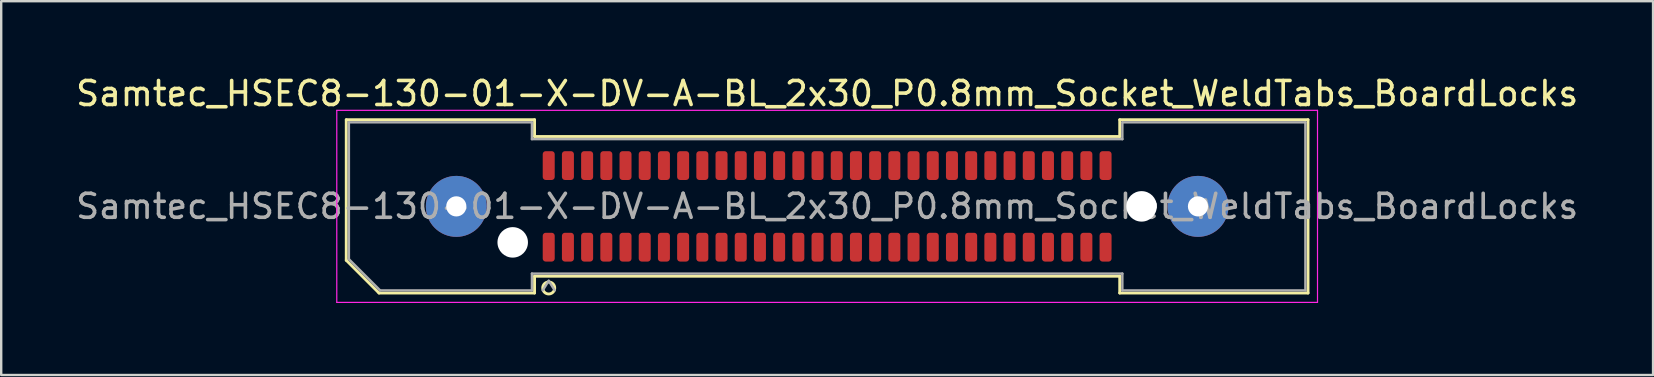
<source format=kicad_pcb>
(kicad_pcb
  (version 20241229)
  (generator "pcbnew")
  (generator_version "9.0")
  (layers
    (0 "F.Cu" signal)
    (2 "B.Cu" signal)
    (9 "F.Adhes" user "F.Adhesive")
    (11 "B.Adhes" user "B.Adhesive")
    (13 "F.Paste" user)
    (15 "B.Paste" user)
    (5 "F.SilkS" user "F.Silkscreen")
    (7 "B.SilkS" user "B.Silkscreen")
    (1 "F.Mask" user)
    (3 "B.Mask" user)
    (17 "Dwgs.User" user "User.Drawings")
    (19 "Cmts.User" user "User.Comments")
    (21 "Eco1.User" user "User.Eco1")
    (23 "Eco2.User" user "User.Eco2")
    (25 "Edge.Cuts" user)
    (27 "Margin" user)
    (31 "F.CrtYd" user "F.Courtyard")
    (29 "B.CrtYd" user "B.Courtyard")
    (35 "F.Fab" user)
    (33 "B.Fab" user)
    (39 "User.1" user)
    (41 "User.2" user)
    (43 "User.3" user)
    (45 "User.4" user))
  (footprint "Samtec_HSEC8-130-01-X-DV-A-BL_2x30_P0.8mm_Socket_WeldTabs_BoardLocks"
    (layer "F.Cu")
    (at 31.411 5.548)
    (property "Reference" "Samtec_HSEC8-130-01-X-DV-A-BL_2x30_P0.8mm_Socket_WeldTabs_BoardLocks" (at 0 -4.7 0) (layer "F.SilkS") (effects (font (size 1 1) (thickness 0.15))))
    (attr smd)
    (fp_line (start -20.035 -3.61) (end -12.19 -3.61) (stroke (width 0.12) (type solid)) (layer "F.SilkS"))
    (fp_line (start -20.035 2.246) (end -20.035 -3.61) (stroke (width 0.12) (type solid)) (layer "F.SilkS"))
    (fp_line (start -18.671 3.61) (end -20.035 2.246) (stroke (width 0.12) (type solid)) (layer "F.SilkS"))
    (fp_line (start -12.19 -3.61) (end -12.19 -2.91) (stroke (width 0.12) (type solid)) (layer "F.SilkS"))
    (fp_line (start -12.19 -2.91) (end 12.19 -2.91) (stroke (width 0.12) (type solid)) (layer "F.SilkS"))
    (fp_line (start -12.19 2.91) (end -12.19 3.61) (stroke (width 0.12) (type solid)) (layer "F.SilkS"))
    (fp_line (start -12.19 3.61) (end -18.671 3.61) (stroke (width 0.12) (type solid)) (layer "F.SilkS"))
    (fp_line (start 12.19 -3.61) (end 20.035 -3.61) (stroke (width 0.12) (type solid)) (layer "F.SilkS"))
    (fp_line (start 12.19 -2.91) (end 12.19 -3.61) (stroke (width 0.12) (type solid)) (layer "F.SilkS"))
    (fp_line (start 12.19 2.91) (end -12.19 2.91) (stroke (width 0.12) (type solid)) (layer "F.SilkS"))
    (fp_line (start 12.19 3.61) (end 12.19 2.91) (stroke (width 0.12) (type solid)) (layer "F.SilkS"))
    (fp_line (start 20.035 -3.61) (end 20.035 3.61) (stroke (width 0.12) (type solid)) (layer "F.SilkS"))
    (fp_line (start 20.035 3.61) (end 12.19 3.61) (stroke (width 0.12) (type solid)) (layer "F.SilkS"))
    (fp_circle (center -11.6 3.4) (end -11.35 3.4) (stroke (width 0.12) (type solid)) (fill no) (layer "F.SilkS"))
    (fp_line (start -20.43 -4) (end -20.43 4) (stroke (width 0.05) (type solid)) (layer "F.CrtYd"))
    (fp_line (start -20.43 4) (end 20.43 4) (stroke (width 0.05) (type solid)) (layer "F.CrtYd"))
    (fp_line (start 20.43 -4) (end -20.43 -4) (stroke (width 0.05) (type solid)) (layer "F.CrtYd"))
    (fp_line (start 20.43 4) (end 20.43 -4) (stroke (width 0.05) (type solid)) (layer "F.CrtYd"))
    (fp_line (start -19.925 -3.5) (end -12.3 -3.5) (stroke (width 0.1) (type solid)) (layer "F.Fab"))
    (fp_line (start -19.925 2.2) (end -19.925 -3.5) (stroke (width 0.1) (type solid)) (layer "F.Fab"))
    (fp_line (start -18.625 3.5) (end -19.925 2.2) (stroke (width 0.1) (type solid)) (layer "F.Fab"))
    (fp_line (start -12.3 -3.5) (end -12.3 -2.8) (stroke (width 0.1) (type solid)) (layer "F.Fab"))
    (fp_line (start -12.3 -2.8) (end 12.3 -2.8) (stroke (width 0.1) (type solid)) (layer "F.Fab"))
    (fp_line (start -12.3 2.8) (end -12.3 3.5) (stroke (width 0.1) (type solid)) (layer "F.Fab"))
    (fp_line (start -12.3 3.5) (end -18.625 3.5) (stroke (width 0.1) (type solid)) (layer "F.Fab"))
    (fp_line (start -11.6 3.1) (end -11.85 3.5) (stroke (width 0.1) (type solid)) (layer "F.Fab"))
    (fp_line (start -11.6 3.1) (end -11.35 3.5) (stroke (width 0.1) (type solid)) (layer "F.Fab"))
    (fp_line (start 12.3 -3.5) (end 19.925 -3.5) (stroke (width 0.1) (type solid)) (layer "F.Fab"))
    (fp_line (start 12.3 -2.8) (end 12.3 -3.5) (stroke (width 0.1) (type solid)) (layer "F.Fab"))
    (fp_line (start 12.3 2.8) (end -12.3 2.8) (stroke (width 0.1) (type solid)) (layer "F.Fab"))
    (fp_line (start 12.3 3.5) (end 12.3 2.8) (stroke (width 0.1) (type solid)) (layer "F.Fab"))
    (fp_line (start 19.925 -3.5) (end 19.925 3.5) (stroke (width 0.1) (type solid)) (layer "F.Fab"))
    (fp_line (start 19.925 3.5) (end 12.3 3.5) (stroke (width 0.1) (type solid)) (layer "F.Fab"))
    (fp_text user "${REFERENCE}" (at 0 0 0) (layer "F.Fab") (effects (font (size 1 1) (thickness 0.15))))
    (pad "" thru_hole circle (at -15.45 0) (size 2.54 2.54) (drill 0.84) (layers "*.Cu" "*.Mask" "F.Paste"))
    (pad "" np_thru_hole circle (at -13.1 1.5) (size 1.27 1.27) (drill 1.27) (layers "*.Cu" "*.Mask"))
    (pad "" np_thru_hole circle (at 13.1 0) (size 1.27 1.27) (drill 1.27) (layers "*.Cu" "*.Mask"))
    (pad "" thru_hole circle (at 15.45 0) (size 2.54 2.54) (drill 0.84) (layers "*.Cu" "*.Mask" "F.Paste"))
    (pad "1" smd roundrect (at -11.6 1.7) (size 0.5 1.2) (layers "F.Cu" "F.Mask" "F.Paste") (roundrect_rratio 0.25))
    (pad "2" smd roundrect (at -11.6 -1.7) (size 0.5 1.2) (layers "F.Cu" "F.Mask" "F.Paste") (roundrect_rratio 0.25))
    (pad "3" smd roundrect (at -10.8 1.7) (size 0.5 1.2) (layers "F.Cu" "F.Mask" "F.Paste") (roundrect_rratio 0.25))
    (pad "4" smd roundrect (at -10.8 -1.7) (size 0.5 1.2) (layers "F.Cu" "F.Mask" "F.Paste") (roundrect_rratio 0.25))
    (pad "5" smd roundrect (at -10 1.7) (size 0.5 1.2) (layers "F.Cu" "F.Mask" "F.Paste") (roundrect_rratio 0.25))
    (pad "6" smd roundrect (at -10 -1.7) (size 0.5 1.2) (layers "F.Cu" "F.Mask" "F.Paste") (roundrect_rratio 0.25))
    (pad "7" smd roundrect (at -9.2 1.7) (size 0.5 1.2) (layers "F.Cu" "F.Mask" "F.Paste") (roundrect_rratio 0.25))
    (pad "8" smd roundrect (at -9.2 -1.7) (size 0.5 1.2) (layers "F.Cu" "F.Mask" "F.Paste") (roundrect_rratio 0.25))
    (pad "9" smd roundrect (at -8.4 1.7) (size 0.5 1.2) (layers "F.Cu" "F.Mask" "F.Paste") (roundrect_rratio 0.25))
    (pad "10" smd roundrect (at -8.4 -1.7) (size 0.5 1.2) (layers "F.Cu" "F.Mask" "F.Paste") (roundrect_rratio 0.25))
    (pad "11" smd roundrect (at -7.6 1.7) (size 0.5 1.2) (layers "F.Cu" "F.Mask" "F.Paste") (roundrect_rratio 0.25))
    (pad "12" smd roundrect (at -7.6 -1.7) (size 0.5 1.2) (layers "F.Cu" "F.Mask" "F.Paste") (roundrect_rratio 0.25))
    (pad "13" smd roundrect (at -6.8 1.7) (size 0.5 1.2) (layers "F.Cu" "F.Mask" "F.Paste") (roundrect_rratio 0.25))
    (pad "14" smd roundrect (at -6.8 -1.7) (size 0.5 1.2) (layers "F.Cu" "F.Mask" "F.Paste") (roundrect_rratio 0.25))
    (pad "15" smd roundrect (at -6 1.7) (size 0.5 1.2) (layers "F.Cu" "F.Mask" "F.Paste") (roundrect_rratio 0.25))
    (pad "16" smd roundrect (at -6 -1.7) (size 0.5 1.2) (layers "F.Cu" "F.Mask" "F.Paste") (roundrect_rratio 0.25))
    (pad "17" smd roundrect (at -5.2 1.7) (size 0.5 1.2) (layers "F.Cu" "F.Mask" "F.Paste") (roundrect_rratio 0.25))
    (pad "18" smd roundrect (at -5.2 -1.7) (size 0.5 1.2) (layers "F.Cu" "F.Mask" "F.Paste") (roundrect_rratio 0.25))
    (pad "19" smd roundrect (at -4.4 1.7) (size 0.5 1.2) (layers "F.Cu" "F.Mask" "F.Paste") (roundrect_rratio 0.25))
    (pad "20" smd roundrect (at -4.4 -1.7) (size 0.5 1.2) (layers "F.Cu" "F.Mask" "F.Paste") (roundrect_rratio 0.25))
    (pad "21" smd roundrect (at -3.6 1.7) (size 0.5 1.2) (layers "F.Cu" "F.Mask" "F.Paste") (roundrect_rratio 0.25))
    (pad "22" smd roundrect (at -3.6 -1.7) (size 0.5 1.2) (layers "F.Cu" "F.Mask" "F.Paste") (roundrect_rratio 0.25))
    (pad "23" smd roundrect (at -2.8 1.7) (size 0.5 1.2) (layers "F.Cu" "F.Mask" "F.Paste") (roundrect_rratio 0.25))
    (pad "24" smd roundrect (at -2.8 -1.7) (size 0.5 1.2) (layers "F.Cu" "F.Mask" "F.Paste") (roundrect_rratio 0.25))
    (pad "25" smd roundrect (at -2 1.7) (size 0.5 1.2) (layers "F.Cu" "F.Mask" "F.Paste") (roundrect_rratio 0.25))
    (pad "26" smd roundrect (at -2 -1.7) (size 0.5 1.2) (layers "F.Cu" "F.Mask" "F.Paste") (roundrect_rratio 0.25))
    (pad "27" smd roundrect (at -1.2 1.7) (size 0.5 1.2) (layers "F.Cu" "F.Mask" "F.Paste") (roundrect_rratio 0.25))
    (pad "28" smd roundrect (at -1.2 -1.7) (size 0.5 1.2) (layers "F.Cu" "F.Mask" "F.Paste") (roundrect_rratio 0.25))
    (pad "29" smd roundrect (at -0.4 1.7) (size 0.5 1.2) (layers "F.Cu" "F.Mask" "F.Paste") (roundrect_rratio 0.25))
    (pad "30" smd roundrect (at -0.4 -1.7) (size 0.5 1.2) (layers "F.Cu" "F.Mask" "F.Paste") (roundrect_rratio 0.25))
    (pad "31" smd roundrect (at 0.4 1.7) (size 0.5 1.2) (layers "F.Cu" "F.Mask" "F.Paste") (roundrect_rratio 0.25))
    (pad "32" smd roundrect (at 0.4 -1.7) (size 0.5 1.2) (layers "F.Cu" "F.Mask" "F.Paste") (roundrect_rratio 0.25))
    (pad "33" smd roundrect (at 1.2 1.7) (size 0.5 1.2) (layers "F.Cu" "F.Mask" "F.Paste") (roundrect_rratio 0.25))
    (pad "34" smd roundrect (at 1.2 -1.7) (size 0.5 1.2) (layers "F.Cu" "F.Mask" "F.Paste") (roundrect_rratio 0.25))
    (pad "35" smd roundrect (at 2 1.7) (size 0.5 1.2) (layers "F.Cu" "F.Mask" "F.Paste") (roundrect_rratio 0.25))
    (pad "36" smd roundrect (at 2 -1.7) (size 0.5 1.2) (layers "F.Cu" "F.Mask" "F.Paste") (roundrect_rratio 0.25))
    (pad "37" smd roundrect (at 2.8 1.7) (size 0.5 1.2) (layers "F.Cu" "F.Mask" "F.Paste") (roundrect_rratio 0.25))
    (pad "38" smd roundrect (at 2.8 -1.7) (size 0.5 1.2) (layers "F.Cu" "F.Mask" "F.Paste") (roundrect_rratio 0.25))
    (pad "39" smd roundrect (at 3.6 1.7) (size 0.5 1.2) (layers "F.Cu" "F.Mask" "F.Paste") (roundrect_rratio 0.25))
    (pad "40" smd roundrect (at 3.6 -1.7) (size 0.5 1.2) (layers "F.Cu" "F.Mask" "F.Paste") (roundrect_rratio 0.25))
    (pad "41" smd roundrect (at 4.4 1.7) (size 0.5 1.2) (layers "F.Cu" "F.Mask" "F.Paste") (roundrect_rratio 0.25))
    (pad "42" smd roundrect (at 4.4 -1.7) (size 0.5 1.2) (layers "F.Cu" "F.Mask" "F.Paste") (roundrect_rratio 0.25))
    (pad "43" smd roundrect (at 5.2 1.7) (size 0.5 1.2) (layers "F.Cu" "F.Mask" "F.Paste") (roundrect_rratio 0.25))
    (pad "44" smd roundrect (at 5.2 -1.7) (size 0.5 1.2) (layers "F.Cu" "F.Mask" "F.Paste") (roundrect_rratio 0.25))
    (pad "45" smd roundrect (at 6 1.7) (size 0.5 1.2) (layers "F.Cu" "F.Mask" "F.Paste") (roundrect_rratio 0.25))
    (pad "46" smd roundrect (at 6 -1.7) (size 0.5 1.2) (layers "F.Cu" "F.Mask" "F.Paste") (roundrect_rratio 0.25))
    (pad "47" smd roundrect (at 6.8 1.7) (size 0.5 1.2) (layers "F.Cu" "F.Mask" "F.Paste") (roundrect_rratio 0.25))
    (pad "48" smd roundrect (at 6.8 -1.7) (size 0.5 1.2) (layers "F.Cu" "F.Mask" "F.Paste") (roundrect_rratio 0.25))
    (pad "49" smd roundrect (at 7.6 1.7) (size 0.5 1.2) (layers "F.Cu" "F.Mask" "F.Paste") (roundrect_rratio 0.25))
    (pad "50" smd roundrect (at 7.6 -1.7) (size 0.5 1.2) (layers "F.Cu" "F.Mask" "F.Paste") (roundrect_rratio 0.25))
    (pad "51" smd roundrect (at 8.4 1.7) (size 0.5 1.2) (layers "F.Cu" "F.Mask" "F.Paste") (roundrect_rratio 0.25))
    (pad "52" smd roundrect (at 8.4 -1.7) (size 0.5 1.2) (layers "F.Cu" "F.Mask" "F.Paste") (roundrect_rratio 0.25))
    (pad "53" smd roundrect (at 9.2 1.7) (size 0.5 1.2) (layers "F.Cu" "F.Mask" "F.Paste") (roundrect_rratio 0.25))
    (pad "54" smd roundrect (at 9.2 -1.7) (size 0.5 1.2) (layers "F.Cu" "F.Mask" "F.Paste") (roundrect_rratio 0.25))
    (pad "55" smd roundrect (at 10 1.7) (size 0.5 1.2) (layers "F.Cu" "F.Mask" "F.Paste") (roundrect_rratio 0.25))
    (pad "56" smd roundrect (at 10 -1.7) (size 0.5 1.2) (layers "F.Cu" "F.Mask" "F.Paste") (roundrect_rratio 0.25))
    (pad "57" smd roundrect (at 10.8 1.7) (size 0.5 1.2) (layers "F.Cu" "F.Mask" "F.Paste") (roundrect_rratio 0.25))
    (pad "58" smd roundrect (at 10.8 -1.7) (size 0.5 1.2) (layers "F.Cu" "F.Mask" "F.Paste") (roundrect_rratio 0.25))
    (pad "59" smd roundrect (at 11.6 1.7) (size 0.5 1.2) (layers "F.Cu" "F.Mask" "F.Paste") (roundrect_rratio 0.25))
    (pad "60" smd roundrect (at 11.6 -1.7) (size 0.5 1.2) (layers "F.Cu" "F.Mask" "F.Paste") (roundrect_rratio 0.25)))
  (gr_rect
    (start -3 -3)
    (end 65.821 12.573)
    (stroke (width 0.1) (type default))
    (fill no)
    (layer "Edge.Cuts")))
</source>
